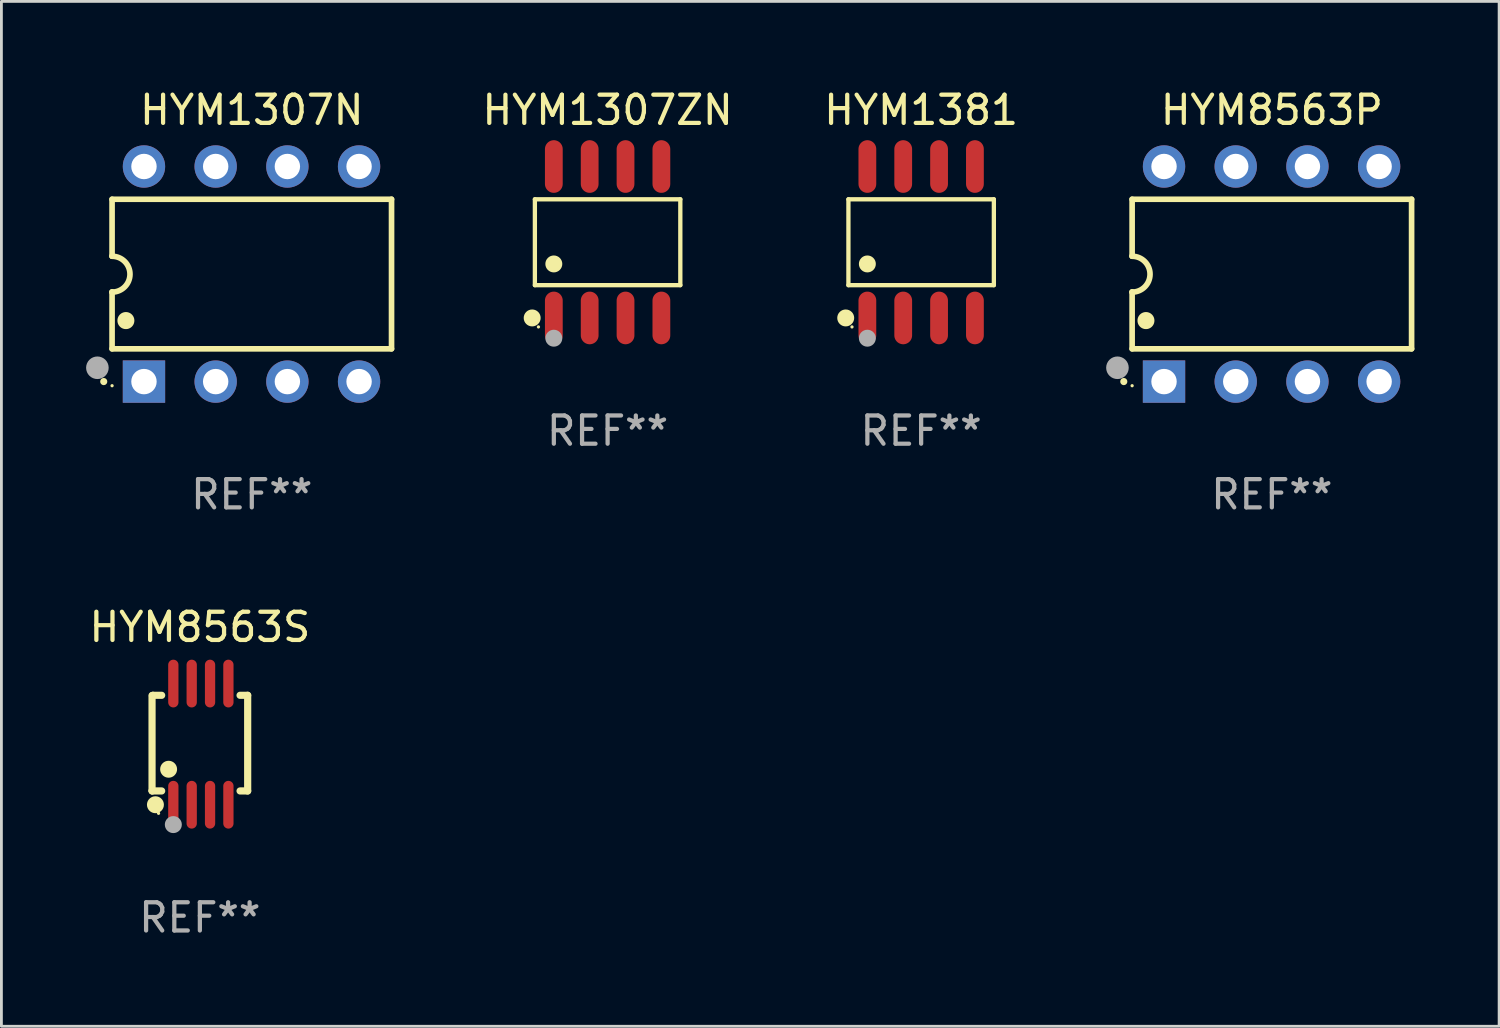
<source format=kicad_pcb>
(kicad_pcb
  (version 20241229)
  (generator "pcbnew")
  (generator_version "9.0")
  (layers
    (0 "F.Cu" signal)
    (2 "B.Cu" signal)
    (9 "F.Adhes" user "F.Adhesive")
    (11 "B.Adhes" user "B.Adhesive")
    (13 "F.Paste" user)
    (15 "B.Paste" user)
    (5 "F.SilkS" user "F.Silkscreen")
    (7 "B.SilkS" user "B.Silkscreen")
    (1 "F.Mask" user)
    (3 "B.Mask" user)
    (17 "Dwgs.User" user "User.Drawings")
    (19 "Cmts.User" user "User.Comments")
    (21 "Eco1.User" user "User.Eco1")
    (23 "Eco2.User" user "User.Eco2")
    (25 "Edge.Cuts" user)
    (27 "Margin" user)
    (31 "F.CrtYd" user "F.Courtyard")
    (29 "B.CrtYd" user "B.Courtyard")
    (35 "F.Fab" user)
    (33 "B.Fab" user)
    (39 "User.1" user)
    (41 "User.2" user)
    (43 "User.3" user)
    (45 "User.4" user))
  (footprint "HYM8563S"
    (layer "F.Cu")
    (at 4.03 23.311)
    (property "Reference" "HYM8563S" (at 0 -4.146 0) (layer "F.SilkS") (effects (font (size 1 1) (thickness 0.15))))
    (attr through_hole)
    (fp_line (start -1.694 -1.724) (end -1.694 1.652) (stroke (width 0.254) (type solid)) (layer "F.SilkS"))
    (fp_line (start -1.694 1.652) (end -1.688 1.658) (stroke (width 0.254) (type solid)) (layer "F.SilkS"))
    (fp_line (start -1.688 1.658) (end -1.353 1.658) (stroke (width 0.254) (type solid)) (layer "F.SilkS"))
    (fp_line (start -1.661 -1.73) (end -1.681 -1.71) (stroke (width 0.254) (type solid)) (layer "F.SilkS"))
    (fp_line (start -1.353 -1.73) (end -1.661 -1.73) (stroke (width 0.254) (type solid)) (layer "F.SilkS"))
    (fp_line (start 1.424 1.658) (end 1.694 1.658) (stroke (width 0.254) (type solid)) (layer "F.SilkS"))
    (fp_line (start 1.694 -1.73) (end 1.424 -1.73) (stroke (width 0.254) (type solid)) (layer "F.SilkS"))
    (fp_line (start 1.694 1.658) (end 1.694 -1.73) (stroke (width 0.254) (type solid)) (layer "F.SilkS"))
    (fp_circle (center -1.574 2.146) (end -1.424 2.146) (stroke (width 0.3) (type solid)) (fill no) (layer "F.SilkS"))
    (fp_circle (center -1.464 2.45) (end -1.434 2.45) (stroke (width 0.06) (type solid)) (fill no) (layer "F.SilkS"))
    (fp_circle (center -1.107 0.889) (end -0.957 0.889) (stroke (width 0.3) (type solid)) (fill no) (layer "F.SilkS"))
    (fp_circle (center -0.94 2.85) (end -0.789 2.85) (stroke (width 0.3) (type solid)) (fill no) (layer "F.Fab"))
    (fp_text user "REF**" (at 0 6.146 0) (layer "F.Fab") (effects (font (size 1 1) (thickness 0.15))))
    (pad "1" smd oval (at -0.94 2.146) (size 0.364 1.692) (layers "F.Cu" "F.Mask" "F.Paste"))
    (pad "2" smd oval (at -0.289 2.146) (size 0.364 1.692) (layers "F.Cu" "F.Mask" "F.Paste"))
    (pad "3" smd oval (at 0.361 2.146) (size 0.364 1.692) (layers "F.Cu" "F.Mask" "F.Paste"))
    (pad "4" smd oval (at 1.011 2.146) (size 0.364 1.692) (layers "F.Cu" "F.Mask" "F.Paste"))
    (pad "5" smd oval (at 1.011 -2.146) (size 0.364 1.692) (layers "F.Cu" "F.Mask" "F.Paste"))
    (pad "6" smd oval (at 0.361 -2.146) (size 0.364 1.692) (layers "F.Cu" "F.Mask" "F.Paste"))
    (pad "7" smd oval (at -0.289 -2.146) (size 0.364 1.692) (layers "F.Cu" "F.Mask" "F.Paste"))
    (pad "8" smd oval (at -0.94 -2.146) (size 0.364 1.692) (layers "F.Cu" "F.Mask" "F.Paste")))
  (footprint "HYM1307ZN"
    (layer "F.Cu")
    (at 18.474 5.531)
    (property "Reference" "HYM1307ZN" (at 0 -4.682 0) (layer "F.SilkS") (effects (font (size 1 1) (thickness 0.15))))
    (attr through_hole)
    (fp_line (start -2.576 -1.521) (end 2.576 -1.521) (stroke (width 0.152) (type solid)) (layer "F.SilkS"))
    (fp_line (start -2.576 1.521) (end -2.576 -1.521) (stroke (width 0.152) (type solid)) (layer "F.SilkS"))
    (fp_line (start 2.576 -1.521) (end 2.576 1.521) (stroke (width 0.152) (type solid)) (layer "F.SilkS"))
    (fp_line (start 2.576 1.521) (end -2.576 1.521) (stroke (width 0.152) (type solid)) (layer "F.SilkS"))
    (fp_circle (center -2.672 2.682) (end -2.522 2.682) (stroke (width 0.3) (type solid)) (fill no) (layer "F.SilkS"))
    (fp_circle (center -2.45 3) (end -2.42 3) (stroke (width 0.06) (type solid)) (fill no) (layer "F.SilkS"))
    (fp_circle (center -1.905 0.769) (end -1.755 0.769) (stroke (width 0.3) (type solid)) (fill no) (layer "F.SilkS"))
    (fp_circle (center -1.905 3.4) (end -1.755 3.4) (stroke (width 0.3) (type solid)) (fill no) (layer "F.Fab"))
    (fp_text user "REF**" (at 0 6.682 0) (layer "F.Fab") (effects (font (size 1 1) (thickness 0.15))))
    (pad "1" smd oval (at -1.905 2.682) (size 0.63 1.865) (layers "F.Cu" "F.Mask" "F.Paste"))
    (pad "2" smd oval (at -0.635 2.682) (size 0.63 1.865) (layers "F.Cu" "F.Mask" "F.Paste"))
    (pad "3" smd oval (at 0.635 2.682) (size 0.63 1.865) (layers "F.Cu" "F.Mask" "F.Paste"))
    (pad "4" smd oval (at 1.905 2.682) (size 0.63 1.865) (layers "F.Cu" "F.Mask" "F.Paste"))
    (pad "5" smd oval (at 1.905 -2.682) (size 0.63 1.865) (layers "F.Cu" "F.Mask" "F.Paste"))
    (pad "6" smd oval (at 0.635 -2.682) (size 0.63 1.865) (layers "F.Cu" "F.Mask" "F.Paste"))
    (pad "7" smd oval (at -0.635 -2.682) (size 0.63 1.865) (layers "F.Cu" "F.Mask" "F.Paste"))
    (pad "8" smd oval (at -1.905 -2.682) (size 0.63 1.865) (layers "F.Cu" "F.Mask" "F.Paste")))
  (footprint "HYM1381"
    (layer "F.Cu")
    (at 29.581 5.531)
    (property "Reference" "HYM1381" (at 0 -4.682 0) (layer "F.SilkS") (effects (font (size 1 1) (thickness 0.15))))
    (attr through_hole)
    (fp_line (start -2.576 -1.521) (end 2.576 -1.521) (stroke (width 0.152) (type solid)) (layer "F.SilkS"))
    (fp_line (start -2.576 1.521) (end -2.576 -1.521) (stroke (width 0.152) (type solid)) (layer "F.SilkS"))
    (fp_line (start 2.576 -1.521) (end 2.576 1.521) (stroke (width 0.152) (type solid)) (layer "F.SilkS"))
    (fp_line (start 2.576 1.521) (end -2.576 1.521) (stroke (width 0.152) (type solid)) (layer "F.SilkS"))
    (fp_circle (center -2.672 2.682) (end -2.522 2.682) (stroke (width 0.3) (type solid)) (fill no) (layer "F.SilkS"))
    (fp_circle (center -2.45 3) (end -2.42 3) (stroke (width 0.06) (type solid)) (fill no) (layer "F.SilkS"))
    (fp_circle (center -1.905 0.769) (end -1.755 0.769) (stroke (width 0.3) (type solid)) (fill no) (layer "F.SilkS"))
    (fp_circle (center -1.905 3.4) (end -1.755 3.4) (stroke (width 0.3) (type solid)) (fill no) (layer "F.Fab"))
    (fp_text user "REF**" (at 0 6.682 0) (layer "F.Fab") (effects (font (size 1 1) (thickness 0.15))))
    (pad "1" smd oval (at -1.905 2.682) (size 0.63 1.865) (layers "F.Cu" "F.Mask" "F.Paste"))
    (pad "2" smd oval (at -0.635 2.682) (size 0.63 1.865) (layers "F.Cu" "F.Mask" "F.Paste"))
    (pad "3" smd oval (at 0.635 2.682) (size 0.63 1.865) (layers "F.Cu" "F.Mask" "F.Paste"))
    (pad "4" smd oval (at 1.905 2.682) (size 0.63 1.865) (layers "F.Cu" "F.Mask" "F.Paste"))
    (pad "5" smd oval (at 1.905 -2.682) (size 0.63 1.865) (layers "F.Cu" "F.Mask" "F.Paste"))
    (pad "6" smd oval (at 0.635 -2.682) (size 0.63 1.865) (layers "F.Cu" "F.Mask" "F.Paste"))
    (pad "7" smd oval (at -0.635 -2.682) (size 0.63 1.865) (layers "F.Cu" "F.Mask" "F.Paste"))
    (pad "8" smd oval (at -1.905 -2.682) (size 0.63 1.865) (layers "F.Cu" "F.Mask" "F.Paste")))
  (footprint "HYM8563P"
    (layer "F.Cu")
    (at 42.005 6.658)
    (property "Reference" "HYM8563P" (at 0 -5.81 0) (layer "F.SilkS") (effects (font (size 1 1) (thickness 0.15))))
    (attr through_hole)
    (fp_line (start -4.95 -2.649) (end 4.95 -2.649) (stroke (width 0.2) (type solid)) (layer "F.SilkS"))
    (fp_line (start -4.95 -0.635) (end -4.95 -2.649) (stroke (width 0.2) (type solid)) (layer "F.SilkS"))
    (fp_line (start -4.95 0.635) (end -4.95 0.64) (stroke (width 0.2) (type solid)) (layer "F.SilkS"))
    (fp_line (start -4.95 2.649) (end -4.95 0.635) (stroke (width 0.2) (type solid)) (layer "F.SilkS"))
    (fp_line (start -4.95 -0.64) (end -4.95 -0.635) (stroke (width 0.2) (type solid)) (layer "F.SilkS"))
    (fp_line (start 4.95 -2.649) (end 4.95 2.649) (stroke (width 0.2) (type solid)) (layer "F.SilkS"))
    (fp_line (start 4.95 2.649) (end -4.95 2.649) (stroke (width 0.2) (type solid)) (layer "F.SilkS"))
    (fp_arc (start -5.24511 3.810008) (mid -5.245117 3.808738) (end -5.24511 3.807468) (stroke (width 0.25) (type solid)) (layer "F.SilkS"))
    (fp_arc (start -4.950165 -0.629997) (mid -4.315164 0.005004) (end -4.950165 0.640005) (stroke (width 0.2) (type solid)) (layer "F.SilkS"))
    (fp_arc (start -4.460249 1.651003) (mid -4.46026 1.648463) (end -4.460249 1.645923) (stroke (width 0.6) (type solid)) (layer "F.SilkS"))
    (fp_circle (center -4.95 3.956) (end -4.92 3.956) (stroke (width 0.06) (type solid)) (fill no) (layer "F.SilkS"))
    (fp_circle (center -5.47 3.32) (end -5.27 3.32) (stroke (width 0.4) (type solid)) (fill no) (layer "F.Fab"))
    (fp_text user "REF**" (at 0 7.81 0) (layer "F.Fab") (effects (font (size 1 1) (thickness 0.15))))
    (pad "1" thru_hole rect (at -3.82 3.81) (size 1.5 1.5) (drill 0.9) (layers "*.Cu" "*.Mask"))
    (pad "2" thru_hole circle (at -1.28 3.81) (size 1.5 1.5) (drill 0.9) (layers "*.Cu" "*.Mask"))
    (pad "3" thru_hole circle (at 1.26 3.81) (size 1.5 1.5) (drill 0.9) (layers "*.Cu" "*.Mask"))
    (pad "4" thru_hole circle (at 3.8 3.81) (size 1.5 1.5) (drill 0.9) (layers "*.Cu" "*.Mask"))
    (pad "5" thru_hole circle (at 3.8 -3.81) (size 1.5 1.5) (drill 0.9) (layers "*.Cu" "*.Mask"))
    (pad "6" thru_hole circle (at 1.26 -3.81) (size 1.5 1.5) (drill 0.9) (layers "*.Cu" "*.Mask"))
    (pad "7" thru_hole circle (at -1.28 -3.81) (size 1.5 1.5) (drill 0.9) (layers "*.Cu" "*.Mask"))
    (pad "8" thru_hole circle (at -3.82 -3.81) (size 1.5 1.5) (drill 0.9) (layers "*.Cu" "*.Mask")))
  (footprint "HYM1307N"
    (layer "F.Cu")
    (at 5.87 6.658)
    (property "Reference" "HYM1307N" (at 0 -5.81 0) (layer "F.SilkS") (effects (font (size 1 1) (thickness 0.15))))
    (attr through_hole)
    (fp_line (start -4.95 -2.649) (end 4.95 -2.649) (stroke (width 0.2) (type solid)) (layer "F.SilkS"))
    (fp_line (start -4.95 -0.635) (end -4.95 -2.649) (stroke (width 0.2) (type solid)) (layer "F.SilkS"))
    (fp_line (start -4.95 0.635) (end -4.95 0.64) (stroke (width 0.2) (type solid)) (layer "F.SilkS"))
    (fp_line (start -4.95 2.649) (end -4.95 0.635) (stroke (width 0.2) (type solid)) (layer "F.SilkS"))
    (fp_line (start -4.95 -0.64) (end -4.95 -0.635) (stroke (width 0.2) (type solid)) (layer "F.SilkS"))
    (fp_line (start 4.95 -2.649) (end 4.95 2.649) (stroke (width 0.2) (type solid)) (layer "F.SilkS"))
    (fp_line (start 4.95 2.649) (end -4.95 2.649) (stroke (width 0.2) (type solid)) (layer "F.SilkS"))
    (fp_arc (start -5.24511 3.810008) (mid -5.245117 3.808738) (end -5.24511 3.807468) (stroke (width 0.25) (type solid)) (layer "F.SilkS"))
    (fp_arc (start -4.950165 -0.629997) (mid -4.315164 0.005004) (end -4.950165 0.640005) (stroke (width 0.2) (type solid)) (layer "F.SilkS"))
    (fp_arc (start -4.460249 1.651003) (mid -4.46026 1.648463) (end -4.460249 1.645923) (stroke (width 0.6) (type solid)) (layer "F.SilkS"))
    (fp_circle (center -4.95 3.956) (end -4.92 3.956) (stroke (width 0.06) (type solid)) (fill no) (layer "F.SilkS"))
    (fp_circle (center -5.47 3.32) (end -5.27 3.32) (stroke (width 0.4) (type solid)) (fill no) (layer "F.Fab"))
    (fp_text user "REF**" (at 0 7.81 0) (layer "F.Fab") (effects (font (size 1 1) (thickness 0.15))))
    (pad "1" thru_hole rect (at -3.82 3.81) (size 1.5 1.5) (drill 0.9) (layers "*.Cu" "*.Mask"))
    (pad "2" thru_hole circle (at -1.28 3.81) (size 1.5 1.5) (drill 0.9) (layers "*.Cu" "*.Mask"))
    (pad "3" thru_hole circle (at 1.26 3.81) (size 1.5 1.5) (drill 0.9) (layers "*.Cu" "*.Mask"))
    (pad "4" thru_hole circle (at 3.8 3.81) (size 1.5 1.5) (drill 0.9) (layers "*.Cu" "*.Mask"))
    (pad "5" thru_hole circle (at 3.8 -3.81) (size 1.5 1.5) (drill 0.9) (layers "*.Cu" "*.Mask"))
    (pad "6" thru_hole circle (at 1.26 -3.81) (size 1.5 1.5) (drill 0.9) (layers "*.Cu" "*.Mask"))
    (pad "7" thru_hole circle (at -1.28 -3.81) (size 1.5 1.5) (drill 0.9) (layers "*.Cu" "*.Mask"))
    (pad "8" thru_hole circle (at -3.82 -3.81) (size 1.5 1.5) (drill 0.9) (layers "*.Cu" "*.Mask")))
  (gr_rect
    (start -3 -3)
    (end 50.056 33.305)
    (stroke (width 0.1) (type default))
    (fill no)
    (layer "Edge.Cuts")))
</source>
